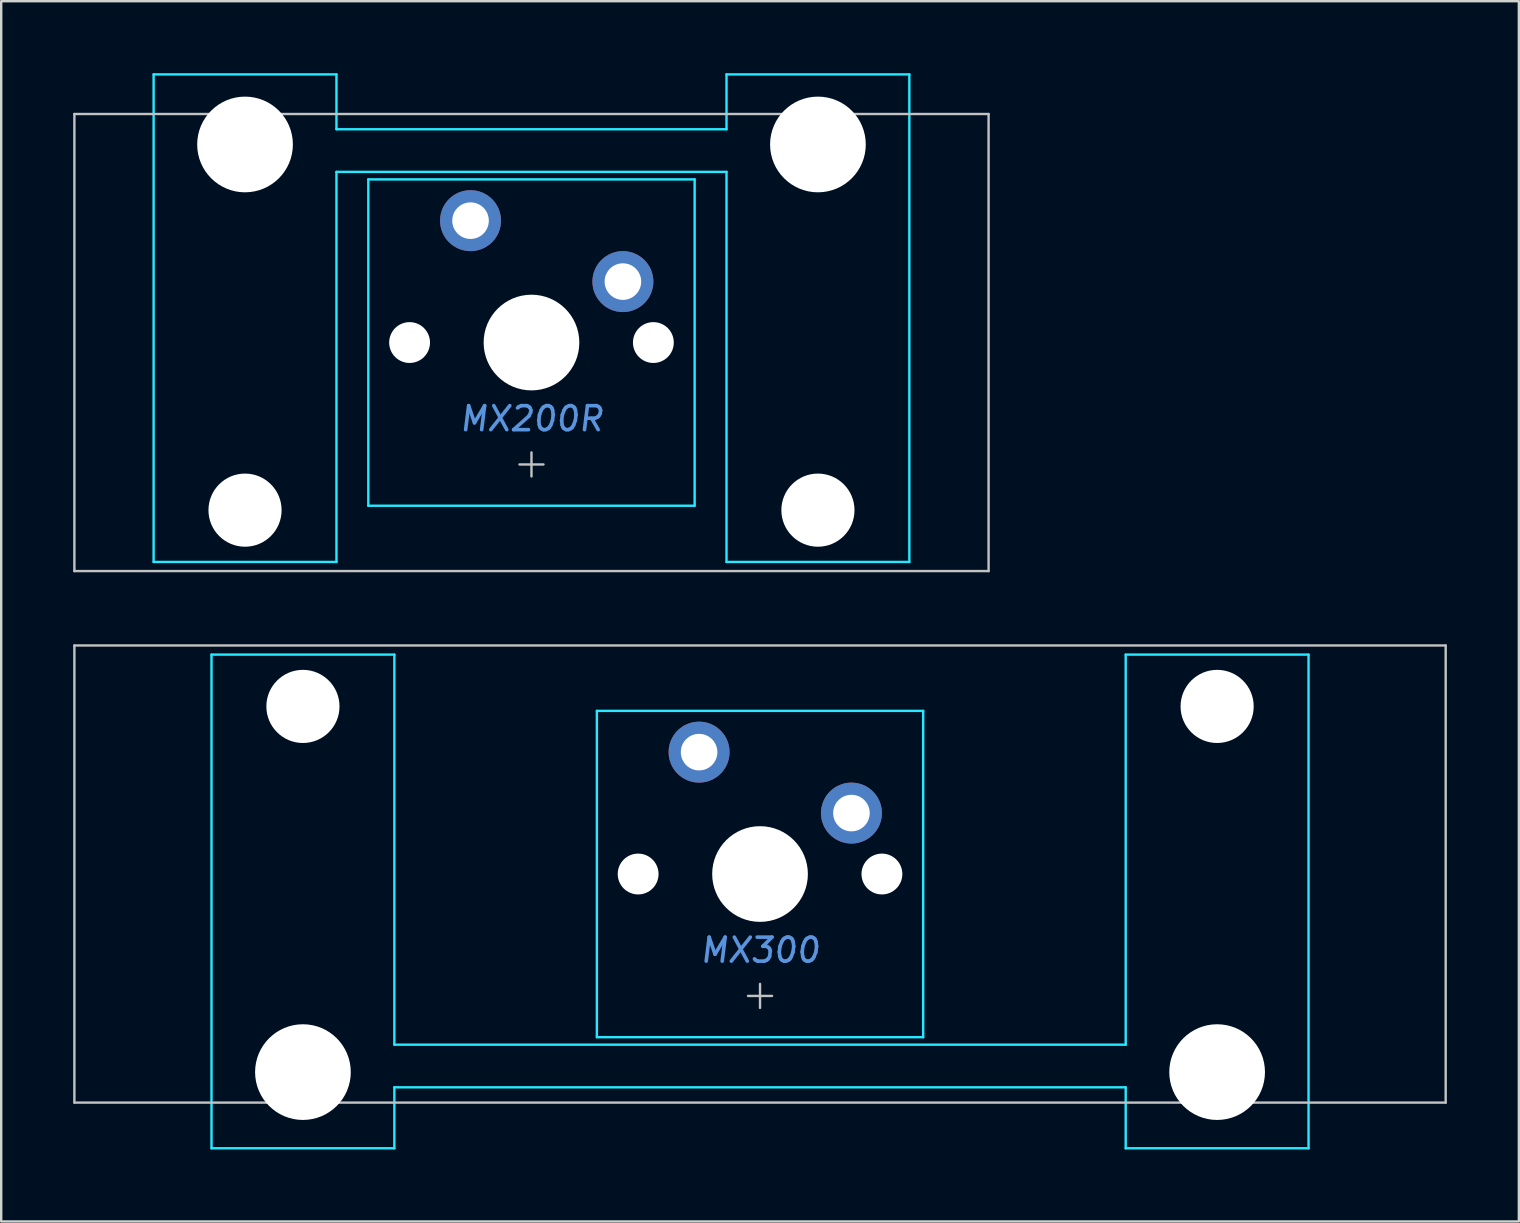
<source format=kicad_pcb>
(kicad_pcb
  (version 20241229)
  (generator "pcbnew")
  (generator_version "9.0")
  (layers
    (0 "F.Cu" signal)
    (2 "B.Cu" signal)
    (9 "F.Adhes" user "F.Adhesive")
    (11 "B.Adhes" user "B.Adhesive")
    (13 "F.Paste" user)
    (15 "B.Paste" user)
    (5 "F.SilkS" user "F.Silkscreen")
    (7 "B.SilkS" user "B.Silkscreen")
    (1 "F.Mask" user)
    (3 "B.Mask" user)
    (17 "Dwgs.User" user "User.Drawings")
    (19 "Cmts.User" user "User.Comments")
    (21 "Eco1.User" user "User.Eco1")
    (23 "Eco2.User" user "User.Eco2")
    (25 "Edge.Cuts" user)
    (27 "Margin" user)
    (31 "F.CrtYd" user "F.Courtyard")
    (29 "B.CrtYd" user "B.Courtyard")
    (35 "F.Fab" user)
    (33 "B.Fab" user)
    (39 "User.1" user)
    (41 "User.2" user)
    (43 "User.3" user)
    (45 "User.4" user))
  (footprint "MX300"
    (layer "F.Cu")
    (at 28.625 33.376)
    (property "Reference" "MX300" (at 0 3.175 0) (layer "Cmts.User") (effects (font (size 1 1) (thickness 0.15) (italic yes))))
    (attr through_hole)
    (fp_line (start -28.575 -9.525) (end -28.575 9.525) (stroke (width 0.1) (type solid)) (layer "Dwgs.User"))
    (fp_line (start -28.575 -9.525) (end 28.575 -9.525) (stroke (width 0.1) (type solid)) (layer "Dwgs.User"))
    (fp_line (start -28.575 9.525) (end 28.575 9.525) (stroke (width 0.1) (type solid)) (layer "Dwgs.User"))
    (fp_line (start -0.5 5.08) (end 0.5 5.08) (stroke (width 0.1) (type solid)) (layer "Dwgs.User"))
    (fp_line (start 0 5.58) (end 0 4.58) (stroke (width 0.1) (type solid)) (layer "Dwgs.User"))
    (fp_line (start 28.575 -9.525) (end 28.575 9.525) (stroke (width 0.1) (type solid)) (layer "Dwgs.User"))
    (fp_line (start -22.55 -5.485) (end -22.55 8.515) (stroke (width 0.1) (type solid)) (layer "Eco1.User"))
    (fp_line (start -22.05 -5.985) (end -16.05 -5.985) (stroke (width 0.1) (type solid)) (layer "Eco1.User"))
    (fp_line (start -16.05 9.015) (end -22.05 9.015) (stroke (width 0.1) (type solid)) (layer "Eco1.User"))
    (fp_line (start -15.55 8.515) (end -15.55 -5.485) (stroke (width 0.1) (type solid)) (layer "Eco1.User"))
    (fp_line (start -7 -6.5) (end -7 6.5) (stroke (width 0.1) (type solid)) (layer "Eco1.User"))
    (fp_line (start -6.5 7) (end 6.5 7) (stroke (width 0.1) (type solid)) (layer "Eco1.User"))
    (fp_line (start 6.5 -7) (end -6.5 -7) (stroke (width 0.1) (type solid)) (layer "Eco1.User"))
    (fp_line (start 7 6.5) (end 7 -6.5) (stroke (width 0.1) (type solid)) (layer "Eco1.User"))
    (fp_line (start 15.55 -5.485) (end 15.55 8.515) (stroke (width 0.1) (type solid)) (layer "Eco1.User"))
    (fp_line (start 16.05 -5.985) (end 22.05 -5.985) (stroke (width 0.1) (type solid)) (layer "Eco1.User"))
    (fp_line (start 22.05 9.015) (end 16.05 9.015) (stroke (width 0.1) (type solid)) (layer "Eco1.User"))
    (fp_line (start 22.55 8.515) (end 22.55 -5.485) (stroke (width 0.1) (type solid)) (layer "Eco1.User"))
    (fp_arc (start -22.55 -5.485) (mid -22.403553 -5.838553) (end -22.05 -5.985) (stroke (width 0.1) (type solid)) (layer "Eco1.User"))
    (fp_arc (start -22.05 9.015) (mid -22.403553 8.868553) (end -22.55 8.515) (stroke (width 0.1) (type solid)) (layer "Eco1.User"))
    (fp_arc (start -16.05 -5.985) (mid -15.696447 -5.838553) (end -15.55 -5.485) (stroke (width 0.1) (type solid)) (layer "Eco1.User"))
    (fp_arc (start -15.55 8.515) (mid -15.696447 8.868553) (end -16.05 9.015) (stroke (width 0.1) (type solid)) (layer "Eco1.User"))
    (fp_arc (start -7 -6.5) (mid -6.853553 -6.853553) (end -6.5 -7) (stroke (width 0.1) (type solid)) (layer "Eco1.User"))
    (fp_arc (start -6.5 7) (mid -6.853553 6.853553) (end -7 6.5) (stroke (width 0.1) (type solid)) (layer "Eco1.User"))
    (fp_arc (start 6.5 -7) (mid 6.853553 -6.853553) (end 7 -6.5) (stroke (width 0.1) (type solid)) (layer "Eco1.User"))
    (fp_arc (start 7 6.5) (mid 6.853553 6.853553) (end 6.5 7) (stroke (width 0.1) (type solid)) (layer "Eco1.User"))
    (fp_arc (start 15.55 -5.485) (mid 15.696447 -5.838553) (end 16.05 -5.985) (stroke (width 0.1) (type solid)) (layer "Eco1.User"))
    (fp_arc (start 16.05 9.015) (mid 15.696447 8.868553) (end 15.55 8.515) (stroke (width 0.1) (type solid)) (layer "Eco1.User"))
    (fp_arc (start 22.05 -5.985) (mid 22.403553 -5.838553) (end 22.55 -5.485) (stroke (width 0.1) (type solid)) (layer "Eco1.User"))
    (fp_arc (start 22.55 8.515) (mid 22.403553 8.868553) (end 22.05 9.015) (stroke (width 0.1) (type solid)) (layer "Eco1.User"))
    (fp_line (start -22.86 -9.144) (end -15.24 -9.144) (stroke (width 0.1) (type solid)) (layer "B.CrtYd"))
    (fp_line (start -22.86 11.43) (end -22.86 -9.144) (stroke (width 0.1) (type solid)) (layer "B.CrtYd"))
    (fp_line (start -15.24 -9.144) (end -15.24 7.112) (stroke (width 0.1) (type solid)) (layer "B.CrtYd"))
    (fp_line (start -15.24 7.112) (end 15.24 7.112) (stroke (width 0.1) (type solid)) (layer "B.CrtYd"))
    (fp_line (start -15.24 8.89) (end 15.24 8.89) (stroke (width 0.1) (type solid)) (layer "B.CrtYd"))
    (fp_line (start -15.24 11.43) (end -22.86 11.43) (stroke (width 0.1) (type solid)) (layer "B.CrtYd"))
    (fp_line (start -15.24 11.43) (end -15.24 8.89) (stroke (width 0.1) (type solid)) (layer "B.CrtYd"))
    (fp_line (start -6.8 6.8) (end -6.8 -6.8) (stroke (width 0.1) (type solid)) (layer "B.CrtYd"))
    (fp_line (start 6.8 -6.8) (end -6.8 -6.8) (stroke (width 0.1) (type solid)) (layer "B.CrtYd"))
    (fp_line (start 6.8 6.8) (end -6.8 6.8) (stroke (width 0.1) (type solid)) (layer "B.CrtYd"))
    (fp_line (start 6.8 6.8) (end 6.8 -6.8) (stroke (width 0.1) (type solid)) (layer "B.CrtYd"))
    (fp_line (start 15.24 -9.144) (end 15.24 7.112) (stroke (width 0.1) (type solid)) (layer "B.CrtYd"))
    (fp_line (start 15.24 -9.144) (end 22.86 -9.144) (stroke (width 0.1) (type solid)) (layer "B.CrtYd"))
    (fp_line (start 15.24 11.43) (end 15.24 8.89) (stroke (width 0.1) (type solid)) (layer "B.CrtYd"))
    (fp_line (start 22.86 -9.144) (end 22.86 11.43) (stroke (width 0.1) (type solid)) (layer "B.CrtYd"))
    (fp_line (start 22.86 11.43) (end 15.24 11.43) (stroke (width 0.1) (type solid)) (layer "B.CrtYd"))
    (pad "" np_thru_hole circle (at -19.05 -6.985) (size 3.048 3.048) (drill 3.048) (layers "*.Cu" "*.Mask"))
    (pad "" np_thru_hole circle (at -19.05 8.255) (size 3.988 3.988) (drill 3.988) (layers "*.Cu" "*.Mask"))
    (pad "" np_thru_hole circle (at -5.08 0) (size 1.702 1.702) (drill 1.702) (layers "*.Cu" "*.Mask"))
    (pad "" np_thru_hole circle (at 0 0 180) (size 3.988 3.988) (drill 3.988) (layers "*.Cu" "*.Mask"))
    (pad "" np_thru_hole circle (at 5.08 0) (size 1.702 1.702) (drill 1.702) (layers "*.Cu" "*.Mask"))
    (pad "" np_thru_hole circle (at 19.05 -6.985) (size 3.048 3.048) (drill 3.048) (layers "*.Cu" "*.Mask"))
    (pad "" np_thru_hole circle (at 19.05 8.255) (size 3.988 3.988) (drill 3.988) (layers "*.Cu" "*.Mask"))
    (pad "1" thru_hole circle (at -2.54 -5.08) (size 2.54 2.54) (drill 1.524) (layers "*.Cu" "*.Mask"))
    (pad "2" thru_hole circle (at 3.81 -2.54) (size 2.54 2.54) (drill 1.524) (layers "*.Cu" "*.Mask")))
  (footprint "MX200R"
    (layer "F.Cu")
    (at 19.1 11.226)
    (property "Reference" "MX200R" (at 0 3.175 0) (layer "Cmts.User") (effects (font (size 1 1) (thickness 0.15) (italic yes))))
    (attr through_hole)
    (fp_line (start -19.05 -9.525) (end -19.05 9.525) (stroke (width 0.1) (type solid)) (layer "Dwgs.User"))
    (fp_line (start -19.05 -9.525) (end 19.05 -9.525) (stroke (width 0.1) (type solid)) (layer "Dwgs.User"))
    (fp_line (start -19.05 9.525) (end 19.05 9.525) (stroke (width 0.1) (type solid)) (layer "Dwgs.User"))
    (fp_line (start -0.5 5.08) (end 0.5 5.08) (stroke (width 0.1) (type solid)) (layer "Dwgs.User"))
    (fp_line (start 0 4.58) (end 0 5.58) (stroke (width 0.1) (type solid)) (layer "Dwgs.User"))
    (fp_line (start 19.05 -9.525) (end 19.05 9.525) (stroke (width 0.1) (type solid)) (layer "Dwgs.User"))
    (fp_line (start -15.438 -8.515) (end -15.438 5.485) (stroke (width 0.1) (type solid)) (layer "Eco1.User"))
    (fp_line (start -14.938 -9.015) (end -8.938 -9.015) (stroke (width 0.1) (type solid)) (layer "Eco1.User"))
    (fp_line (start -8.938 5.985) (end -14.938 5.985) (stroke (width 0.1) (type solid)) (layer "Eco1.User"))
    (fp_line (start -8.438 5.485) (end -8.438 -8.515) (stroke (width 0.1) (type solid)) (layer "Eco1.User"))
    (fp_line (start -7 -6.5) (end -7 6.5) (stroke (width 0.1) (type solid)) (layer "Eco1.User"))
    (fp_line (start -6.5 7) (end 6.5 7) (stroke (width 0.1) (type solid)) (layer "Eco1.User"))
    (fp_line (start 6.5 -7) (end -6.5 -7) (stroke (width 0.1) (type solid)) (layer "Eco1.User"))
    (fp_line (start 7 6.5) (end 7 -6.5) (stroke (width 0.1) (type solid)) (layer "Eco1.User"))
    (fp_line (start 8.438 -8.515) (end 8.438 5.485) (stroke (width 0.1) (type solid)) (layer "Eco1.User"))
    (fp_line (start 8.938 -9.015) (end 14.938 -9.015) (stroke (width 0.1) (type solid)) (layer "Eco1.User"))
    (fp_line (start 14.938 5.985) (end 8.938 5.985) (stroke (width 0.1) (type solid)) (layer "Eco1.User"))
    (fp_line (start 15.438 5.485) (end 15.438 -8.515) (stroke (width 0.1) (type solid)) (layer "Eco1.User"))
    (fp_arc (start -15.438 -8.515) (mid -15.291553 -8.868553) (end -14.938 -9.015) (stroke (width 0.1) (type solid)) (layer "Eco1.User"))
    (fp_arc (start -14.938 5.985) (mid -15.291553 5.838553) (end -15.438 5.485) (stroke (width 0.1) (type solid)) (layer "Eco1.User"))
    (fp_arc (start -8.938 -9.015) (mid -8.584447 -8.868553) (end -8.438 -8.515) (stroke (width 0.1) (type solid)) (layer "Eco1.User"))
    (fp_arc (start -8.438 5.485) (mid -8.584447 5.838553) (end -8.938 5.985) (stroke (width 0.1) (type solid)) (layer "Eco1.User"))
    (fp_arc (start -7 -6.5) (mid -6.853553 -6.853553) (end -6.5 -7) (stroke (width 0.1) (type solid)) (layer "Eco1.User"))
    (fp_arc (start -6.5 7) (mid -6.853553 6.853553) (end -7 6.5) (stroke (width 0.1) (type solid)) (layer "Eco1.User"))
    (fp_arc (start 6.5 -7) (mid 6.853553 -6.853553) (end 7 -6.5) (stroke (width 0.1) (type solid)) (layer "Eco1.User"))
    (fp_arc (start 7 6.5) (mid 6.853553 6.853553) (end 6.5 7) (stroke (width 0.1) (type solid)) (layer "Eco1.User"))
    (fp_arc (start 8.438 -8.515) (mid 8.584447 -8.868553) (end 8.938 -9.015) (stroke (width 0.1) (type solid)) (layer "Eco1.User"))
    (fp_arc (start 8.938 5.985) (mid 8.584447 5.838553) (end 8.438 5.485) (stroke (width 0.1) (type solid)) (layer "Eco1.User"))
    (fp_arc (start 14.938 -9.015) (mid 15.291553 -8.868553) (end 15.438 -8.515) (stroke (width 0.1) (type solid)) (layer "Eco1.User"))
    (fp_arc (start 15.438 5.485) (mid 15.291553 5.838553) (end 14.938 5.985) (stroke (width 0.1) (type solid)) (layer "Eco1.User"))
    (fp_line (start -15.748 9.144) (end -15.748 -11.176) (stroke (width 0.1) (type solid)) (layer "B.CrtYd"))
    (fp_line (start -8.128 -11.176) (end -15.748 -11.176) (stroke (width 0.1) (type solid)) (layer "B.CrtYd"))
    (fp_line (start -8.128 -8.89) (end -8.128 -11.176) (stroke (width 0.1) (type solid)) (layer "B.CrtYd"))
    (fp_line (start -8.128 -7.112) (end -8.128 9.144) (stroke (width 0.1) (type solid)) (layer "B.CrtYd"))
    (fp_line (start -8.128 9.144) (end -15.748 9.144) (stroke (width 0.1) (type solid)) (layer "B.CrtYd"))
    (fp_line (start -6.8 -6.8) (end -6.8 6.8) (stroke (width 0.1) (type solid)) (layer "B.CrtYd"))
    (fp_line (start 6.8 -6.8) (end -6.8 -6.8) (stroke (width 0.1) (type solid)) (layer "B.CrtYd"))
    (fp_line (start 6.8 -6.8) (end 6.8 6.8) (stroke (width 0.1) (type solid)) (layer "B.CrtYd"))
    (fp_line (start 6.8 6.8) (end -6.8 6.8) (stroke (width 0.1) (type solid)) (layer "B.CrtYd"))
    (fp_line (start 8.128 -8.89) (end -8.128 -8.89) (stroke (width 0.1) (type solid)) (layer "B.CrtYd"))
    (fp_line (start 8.128 -8.89) (end 8.128 -11.176) (stroke (width 0.1) (type solid)) (layer "B.CrtYd"))
    (fp_line (start 8.128 -7.112) (end -8.128 -7.112) (stroke (width 0.1) (type solid)) (layer "B.CrtYd"))
    (fp_line (start 8.128 -7.112) (end 8.128 9.144) (stroke (width 0.1) (type solid)) (layer "B.CrtYd"))
    (fp_line (start 15.748 -11.176) (end 8.128 -11.176) (stroke (width 0.1) (type solid)) (layer "B.CrtYd"))
    (fp_line (start 15.748 9.144) (end 8.128 9.144) (stroke (width 0.1) (type solid)) (layer "B.CrtYd"))
    (fp_line (start 15.748 9.144) (end 15.748 -11.176) (stroke (width 0.1) (type solid)) (layer "B.CrtYd"))
    (pad "" np_thru_hole circle (at -11.938 -8.255) (size 3.988 3.988) (drill 3.988) (layers "*.Cu" "*.Mask"))
    (pad "" np_thru_hole circle (at -11.938 6.985) (size 3.048 3.048) (drill 3.048) (layers "*.Cu" "*.Mask"))
    (pad "" np_thru_hole circle (at -5.08 0) (size 1.702 1.702) (drill 1.702) (layers "*.Cu" "*.Mask"))
    (pad "" np_thru_hole circle (at 0 0) (size 3.988 3.988) (drill 3.988) (layers "*.Cu" "*.Mask"))
    (pad "" np_thru_hole circle (at 5.08 0) (size 1.702 1.702) (drill 1.702) (layers "*.Cu" "*.Mask"))
    (pad "" np_thru_hole circle (at 11.938 -8.255) (size 3.988 3.988) (drill 3.988) (layers "*.Cu" "*.Mask"))
    (pad "" np_thru_hole circle (at 11.938 6.985) (size 3.048 3.048) (drill 3.048) (layers "*.Cu" "*.Mask"))
    (pad "1" thru_hole circle (at -2.54 -5.08) (size 2.54 2.54) (drill 1.524) (layers "*.Cu" "*.Mask"))
    (pad "2" thru_hole circle (at 3.81 -2.54) (size 2.54 2.54) (drill 1.524) (layers "*.Cu" "*.Mask")))
  (gr_rect
    (start -3 -3)
    (end 60.25 47.856)
    (stroke (width 0.1) (type default))
    (fill no)
    (layer "Edge.Cuts")))
</source>
